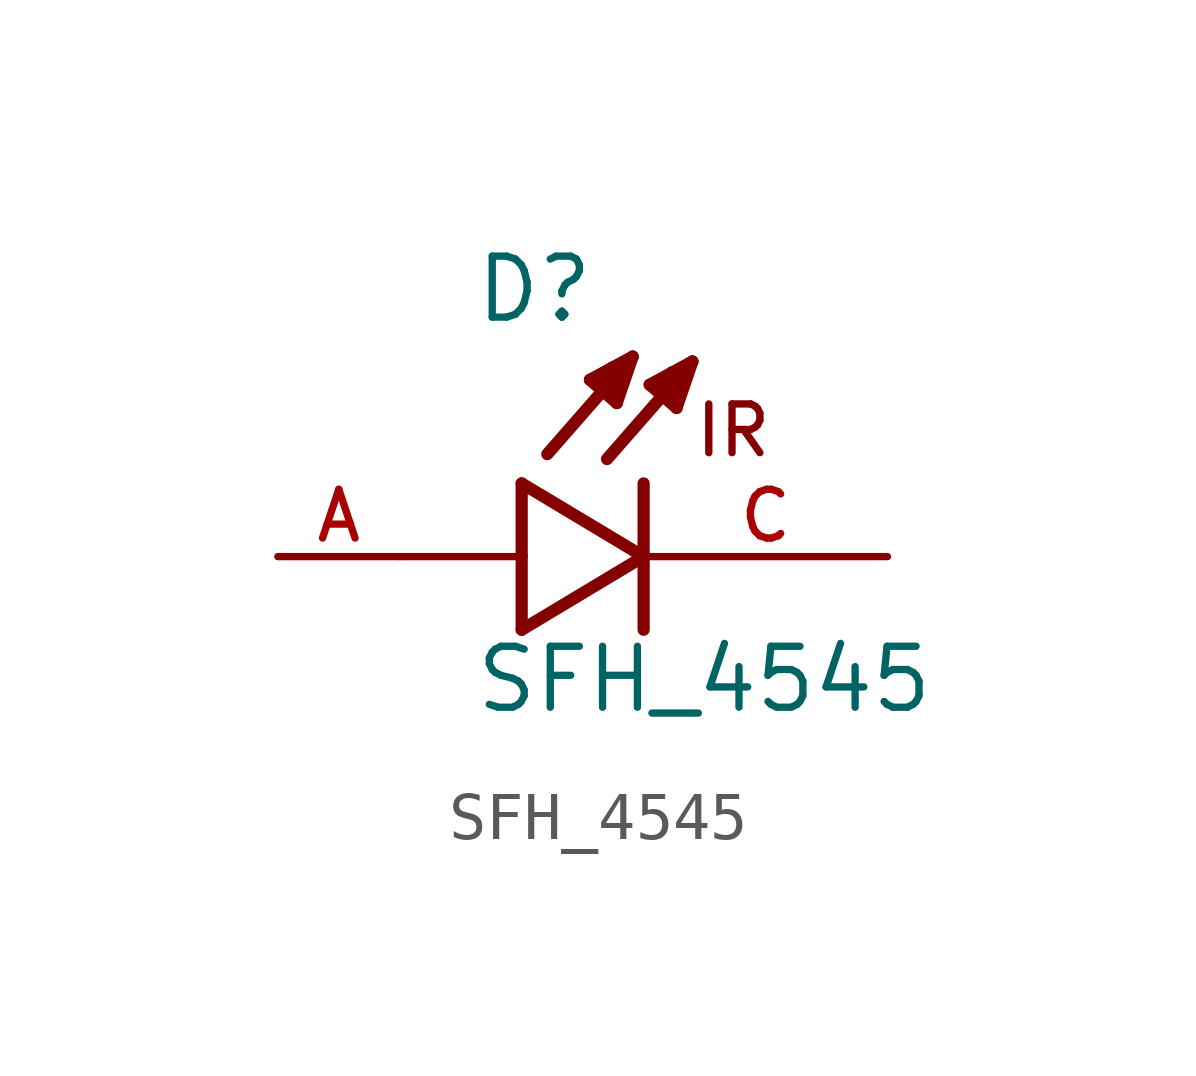
<source format=kicad_sym>
(kicad_symbol_lib
  (version 20211014)
  (generator kicad_symbol_editor)
  (symbol "SFH_4545"
    (pin_names
      (offset 1.016))
    (property "Reference" "D"
      (at -3.556 4.826 0)
      (effects (font (size 1.27 1.27)) (justify bottom left)))
    (property "Value" "SFH_4545"
      (at -3.556 -3.302 0)
      (effects (font (size 1.27 1.27)) (justify bottom left)))
    (symbol "SFH_4545_0_0"
      (polyline (pts (xy -2.54 1.524) (xy -2.54 0.0)) (stroke (width 0.254)))
      (polyline (pts (xy -2.54 0.0) (xy -2.54 -1.524)) (stroke (width 0.254)))
      (polyline (pts (xy -2.54 -1.524) (xy 0.0 0.0)) (stroke (width 0.254)))
      (polyline (pts (xy 0.0 0.0) (xy -2.54 1.524)) (stroke (width 0.254)))
      (polyline (pts (xy 0.0 1.524) (xy 0.0 -1.524)) (stroke (width 0.254)))
      (polyline (pts (xy -2.54 0.0) (xy -5.08 0.0)) (stroke (width 0.152)))
      (text "IR" (at 1.016 2.032 0) (effects (font (size 1.016 1.016)) (justify bottom left)))
      (polyline (pts (xy 1.016 4.064) (xy -0.762 2.032)) (stroke (width 0.254)))
      (polyline (pts (xy 0.686 3.099) (xy 0.127 3.581)) (stroke (width 0.254)))
      (polyline (pts (xy 0.127 3.581) (xy 1.016 4.064)) (stroke (width 0.254)))
      (polyline (pts (xy 1.016 4.064) (xy 0.686 3.099)) (stroke (width 0.254)))
      (polyline (pts (xy 0.686 3.099) (xy 0.711 3.835)) (stroke (width 0.254)))
      (polyline (pts (xy 0.711 3.835) (xy 0.584 3.835)) (stroke (width 0.254)))
      (polyline (pts (xy 0.305 3.505) (xy 0.533 3.658)) (stroke (width 0.254)))
      (polyline (pts (xy -0.229 4.166) (xy -2.007 2.134)) (stroke (width 0.254)))
      (polyline (pts (xy -0.559 3.2) (xy -1.118 3.683)) (stroke (width 0.254)))
      (polyline (pts (xy -1.118 3.683) (xy -0.229 4.166)) (stroke (width 0.254)))
      (polyline (pts (xy -0.229 4.166) (xy -0.559 3.2)) (stroke (width 0.254)))
      (polyline (pts (xy -0.559 3.2) (xy -0.533 3.937)) (stroke (width 0.254)))
      (polyline (pts (xy -0.533 3.937) (xy -0.66 3.937)) (stroke (width 0.254)))
      (polyline (pts (xy -0.94 3.607) (xy -0.711 3.759)) (stroke (width 0.254)))
      (pin passive line (at -7.62 0.0 0) (length 2.54) (name "~" (effects (font (size 1.016 1.016)))) (number "A" (effects (font (size 1.016 1.016)))))
      (pin passive line (at 5.08 0.0 180.0) (length 5.08) (name "~" (effects (font (size 1.016 1.016)))) (number "C" (effects (font (size 1.016 1.016))))))))
</source>
